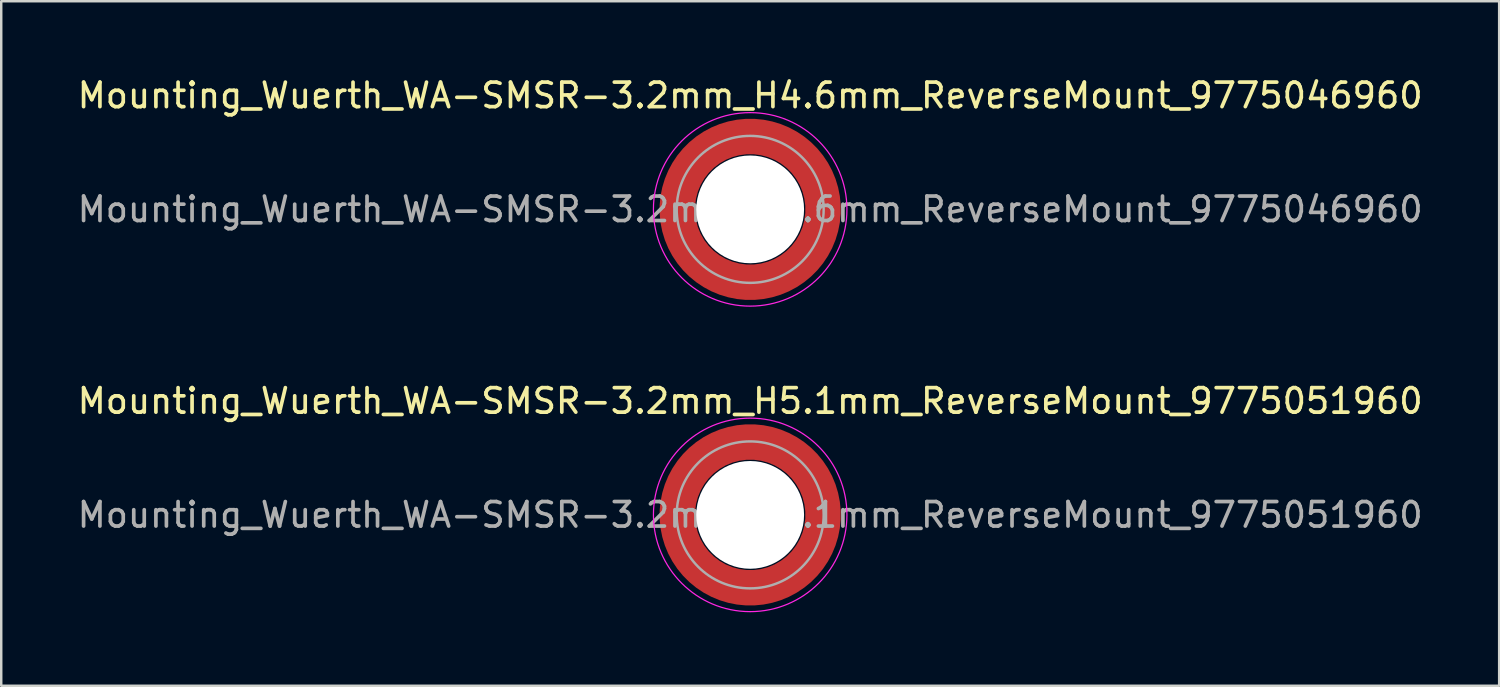
<source format=kicad_pcb>
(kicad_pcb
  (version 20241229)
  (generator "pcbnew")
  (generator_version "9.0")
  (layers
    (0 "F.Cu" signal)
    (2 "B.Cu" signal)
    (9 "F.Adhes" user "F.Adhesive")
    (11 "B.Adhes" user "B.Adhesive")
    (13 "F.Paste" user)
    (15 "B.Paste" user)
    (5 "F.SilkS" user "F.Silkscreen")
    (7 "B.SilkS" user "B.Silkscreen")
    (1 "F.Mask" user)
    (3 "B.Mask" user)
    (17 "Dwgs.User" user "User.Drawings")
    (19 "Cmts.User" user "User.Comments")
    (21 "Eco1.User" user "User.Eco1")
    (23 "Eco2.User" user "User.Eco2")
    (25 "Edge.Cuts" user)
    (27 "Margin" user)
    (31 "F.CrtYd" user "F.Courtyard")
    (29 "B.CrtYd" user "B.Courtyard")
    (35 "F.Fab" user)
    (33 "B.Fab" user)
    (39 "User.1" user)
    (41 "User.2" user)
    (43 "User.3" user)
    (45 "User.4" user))
  (footprint "Mounting_Wuerth_WA-SMSR-3.2mm_H4.6mm_ReverseMount_9775046960"
    (layer "F.Cu")
    (at 27.577 5.498)
    (property "Reference" "Mounting_Wuerth_WA-SMSR-3.2mm_H4.6mm_ReverseMount_9775046960" (at 0 -4.65 0) (layer "F.SilkS") (effects (font (size 1 1) (thickness 0.15))))
    (attr smd)
    (fp_circle (center 0 0) (end 3.95 0) (stroke (width 0.05) (type solid)) (fill no) (layer "F.CrtYd"))
    (fp_circle (center 0 0) (end 3 0) (stroke (width 0.1) (type solid)) (fill no) (layer "F.Fab"))
    (fp_text user "${REFERENCE}" (at 0 0 0) (layer "F.Fab") (effects (font (size 1 1) (thickness 0.15))))
    (pad "" smd custom (at -2.095 -2.095) (size 0.945 0.945) (layers "F.Paste") (options (anchor circle)) (primitives (gr_arc (start -0.24231 1.594804) (mid 0.404104 0.405534) (end 1.592827 -0.241886) (width 0.2)) (gr_arc (start -0.3398 1.594804) (mid 0.335987 0.338711) (end 1.591031 -0.339022) (width 0.2)) (gr_arc (start -0.437132 1.594804) (mid 0.268952 0.270807) (end 1.592231 -0.436623) (width 0.2)) (gr_arc (start -0.534324 1.594804) (mid 0.201345 0.203474) (end 1.591846 -0.53376) (width 0.2)) (gr_arc (start -0.631391 1.594804) (mid 0.134696 0.135183) (end 1.594126 -0.631267) (width 0.2)) (gr_arc (start -0.728345 1.594804) (mid 0.067234 0.067705) (end 1.594149 -0.728229) (width 0.2)) (gr_arc (start -0.825197 1.594804) (mid -0.001218 0.001219) (end 1.591408 -0.824614) (width 0.2)) (gr_arc (start -0.921958 1.594804) (mid -0.068952 -0.065985) (end 1.590665 -0.921269) (width 0.2)) (gr_arc (start -1.018637 1.594804) (mid -0.135972 -0.133906) (end 1.59192 -1.018172) (width 0.2)) (gr_arc (start -1.115239 1.594804) (mid -0.20428 -0.200537) (end 1.589574 -1.11442) (width 0.2)) (gr_arc (start -1.211773 1.594804) (mid -0.26993 -0.269828) (end 1.594662 -1.211752) (width 0.2)) (gr_arc (start -1.308244 1.594804) (mid -0.33911 -0.335587) (end 1.589875 -1.307516) (width 0.2)) (gr_arc (start -1.404657 1.594804) (mid -0.405633 -0.404004) (end 1.592524 -1.404331) (width 0.2)) (gr_arc (start -1.404657 1.594804) (mid -0.405633 -0.404004) (end 1.592524 -1.404331) (width 0.2)) (gr_line (start 1.595 -0.242) (end 1.595 -1.405) (width 0.2)) (gr_line (start -0.242 1.595) (end -1.405 1.595) (width 0.2))))
    (pad "" smd custom (at -2.095 2.095) (size 0.945 0.945) (layers "F.Paste") (options (anchor circle)) (primitives (gr_arc (start 1.594804 0.24231) (mid 0.405534 -0.404104) (end -0.241886 -1.592827) (width 0.2)) (gr_arc (start 1.594804 0.3398) (mid 0.338711 -0.335987) (end -0.339022 -1.591031) (width 0.2)) (gr_arc (start 1.594804 0.437132) (mid 0.270807 -0.268952) (end -0.436623 -1.592231) (width 0.2)) (gr_arc (start 1.594804 0.534324) (mid 0.203474 -0.201345) (end -0.53376 -1.591846) (width 0.2)) (gr_arc (start 1.594804 0.631391) (mid 0.135183 -0.134696) (end -0.631267 -1.594126) (width 0.2)) (gr_arc (start 1.594804 0.728345) (mid 0.067705 -0.067234) (end -0.728229 -1.594149) (width 0.2)) (gr_arc (start 1.594804 0.825197) (mid 0.001219 0.001218) (end -0.824614 -1.591408) (width 0.2)) (gr_arc (start 1.594804 0.921958) (mid -0.065985 0.068952) (end -0.921269 -1.590665) (width 0.2)) (gr_arc (start 1.594804 1.018637) (mid -0.133906 0.135972) (end -1.018172 -1.59192) (width 0.2)) (gr_arc (start 1.594804 1.115239) (mid -0.200537 0.20428) (end -1.11442 -1.589574) (width 0.2)) (gr_arc (start 1.594804 1.211773) (mid -0.269828 0.26993) (end -1.211752 -1.594662) (width 0.2)) (gr_arc (start 1.594804 1.308244) (mid -0.335587 0.33911) (end -1.307516 -1.589875) (width 0.2)) (gr_arc (start 1.594804 1.404657) (mid -0.404004 0.405633) (end -1.404331 -1.592524) (width 0.2)) (gr_arc (start 1.594804 1.404657) (mid -0.404004 0.405633) (end -1.404331 -1.592524) (width 0.2)) (gr_line (start -0.242 -1.595) (end -1.405 -1.595) (width 0.2)) (gr_line (start 1.595 0.242) (end 1.595 1.405) (width 0.2))))
    (pad "" np_thru_hole circle (at 0 0) (size 4.4 4.4) (drill 4.4) (layers "*.Cu" "*.Mask"))
    (pad "" smd custom (at 2.095 -2.095) (size 0.945 0.945) (layers "F.Paste") (options (anchor circle)) (primitives (gr_arc (start -1.594804 -0.24231) (mid -0.405534 0.404104) (end 0.241886 1.592827) (width 0.2)) (gr_arc (start -1.594804 -0.3398) (mid -0.338711 0.335987) (end 0.339022 1.591031) (width 0.2)) (gr_arc (start -1.594804 -0.437132) (mid -0.270807 0.268952) (end 0.436623 1.592231) (width 0.2)) (gr_arc (start -1.594804 -0.534324) (mid -0.203474 0.201345) (end 0.53376 1.591846) (width 0.2)) (gr_arc (start -1.594804 -0.631391) (mid -0.135183 0.134696) (end 0.631267 1.594126) (width 0.2)) (gr_arc (start -1.594804 -0.728345) (mid -0.067705 0.067234) (end 0.728229 1.594149) (width 0.2)) (gr_arc (start -1.594804 -0.825197) (mid -0.001219 -0.001218) (end 0.824614 1.591408) (width 0.2)) (gr_arc (start -1.594804 -0.921958) (mid 0.065985 -0.068952) (end 0.921269 1.590665) (width 0.2)) (gr_arc (start -1.594804 -1.018637) (mid 0.133906 -0.135972) (end 1.018172 1.59192) (width 0.2)) (gr_arc (start -1.594804 -1.115239) (mid 0.200537 -0.20428) (end 1.11442 1.589574) (width 0.2)) (gr_arc (start -1.594804 -1.211773) (mid 0.269828 -0.26993) (end 1.211752 1.594662) (width 0.2)) (gr_arc (start -1.594804 -1.308244) (mid 0.335587 -0.33911) (end 1.307516 1.589875) (width 0.2)) (gr_arc (start -1.594804 -1.404657) (mid 0.404004 -0.405633) (end 1.404331 1.592524) (width 0.2)) (gr_arc (start -1.594804 -1.404657) (mid 0.404004 -0.405633) (end 1.404331 1.592524) (width 0.2)) (gr_line (start 0.242 1.595) (end 1.405 1.595) (width 0.2)) (gr_line (start -1.595 -0.242) (end -1.595 -1.405) (width 0.2))))
    (pad "" smd custom (at 2.095 2.095) (size 0.945 0.945) (layers "F.Paste") (options (anchor circle)) (primitives (gr_arc (start 0.24231 -1.594804) (mid -0.404104 -0.405534) (end -1.592827 0.241886) (width 0.2)) (gr_arc (start 0.3398 -1.594804) (mid -0.335987 -0.338711) (end -1.591031 0.339022) (width 0.2)) (gr_arc (start 0.437132 -1.594804) (mid -0.268952 -0.270807) (end -1.592231 0.436623) (width 0.2)) (gr_arc (start 0.534324 -1.594804) (mid -0.201345 -0.203474) (end -1.591846 0.53376) (width 0.2)) (gr_arc (start 0.631391 -1.594804) (mid -0.134696 -0.135183) (end -1.594126 0.631267) (width 0.2)) (gr_arc (start 0.728345 -1.594804) (mid -0.067234 -0.067705) (end -1.594149 0.728229) (width 0.2)) (gr_arc (start 0.825197 -1.594804) (mid 0.001218 -0.001219) (end -1.591408 0.824614) (width 0.2)) (gr_arc (start 0.921958 -1.594804) (mid 0.068952 0.065985) (end -1.590665 0.921269) (width 0.2)) (gr_arc (start 1.018637 -1.594804) (mid 0.135972 0.133906) (end -1.59192 1.018172) (width 0.2)) (gr_arc (start 1.115239 -1.594804) (mid 0.20428 0.200537) (end -1.589574 1.11442) (width 0.2)) (gr_arc (start 1.211773 -1.594804) (mid 0.26993 0.269828) (end -1.594662 1.211752) (width 0.2)) (gr_arc (start 1.308244 -1.594804) (mid 0.33911 0.335587) (end -1.589875 1.307516) (width 0.2)) (gr_arc (start 1.404657 -1.594804) (mid 0.405633 0.404004) (end -1.592524 1.404331) (width 0.2)) (gr_arc (start 1.404657 -1.594804) (mid 0.405633 0.404004) (end -1.592524 1.404331) (width 0.2)) (gr_line (start -1.595 0.242) (end -1.595 1.405) (width 0.2)) (gr_line (start 0.242 -1.595) (end 1.405 -1.595) (width 0.2))))
    (pad "1" smd circle (at -2.975 0) (size 1.05 1.05) (layers "F.Cu"))
    (pad "1" smd circle (at 0 -2.975) (size 1.05 1.05) (layers "F.Cu"))
    (pad "1" smd circle (at 0 2.975) (size 1.05 1.05) (layers "F.Cu"))
    (pad "1" smd custom (at 2.975 0) (size 1.05 1.05) (layers "F.Cu" "F.Mask") (options (anchor circle)) (primitives (gr_circle (center -2.975 0) (end 0 0) (width 1.45) (fill no)))))
  (footprint "Mounting_Wuerth_WA-SMSR-3.2mm_H5.1mm_ReverseMount_9775051960"
    (layer "F.Cu")
    (at 27.577 17.971)
    (property "Reference" "Mounting_Wuerth_WA-SMSR-3.2mm_H5.1mm_ReverseMount_9775051960" (at 0 -4.65 0) (layer "F.SilkS") (effects (font (size 1 1) (thickness 0.15))))
    (attr smd)
    (fp_circle (center 0 0) (end 3.95 0) (stroke (width 0.05) (type solid)) (fill no) (layer "F.CrtYd"))
    (fp_circle (center 0 0) (end 3 0) (stroke (width 0.1) (type solid)) (fill no) (layer "F.Fab"))
    (fp_text user "${REFERENCE}" (at 0 0 0) (layer "F.Fab") (effects (font (size 1 1) (thickness 0.15))))
    (pad "" smd custom (at -2.095 -2.095) (size 0.945 0.945) (layers "F.Paste") (options (anchor circle)) (primitives (gr_arc (start -0.24231 1.594804) (mid 0.404104 0.405534) (end 1.592827 -0.241886) (width 0.2)) (gr_arc (start -0.3398 1.594804) (mid 0.335987 0.338711) (end 1.591031 -0.339022) (width 0.2)) (gr_arc (start -0.437132 1.594804) (mid 0.268952 0.270807) (end 1.592231 -0.436623) (width 0.2)) (gr_arc (start -0.534324 1.594804) (mid 0.201345 0.203474) (end 1.591846 -0.53376) (width 0.2)) (gr_arc (start -0.631391 1.594804) (mid 0.134696 0.135183) (end 1.594126 -0.631267) (width 0.2)) (gr_arc (start -0.728345 1.594804) (mid 0.067234 0.067705) (end 1.594149 -0.728229) (width 0.2)) (gr_arc (start -0.825197 1.594804) (mid -0.001218 0.001219) (end 1.591408 -0.824614) (width 0.2)) (gr_arc (start -0.921958 1.594804) (mid -0.068952 -0.065985) (end 1.590665 -0.921269) (width 0.2)) (gr_arc (start -1.018637 1.594804) (mid -0.135972 -0.133906) (end 1.59192 -1.018172) (width 0.2)) (gr_arc (start -1.115239 1.594804) (mid -0.20428 -0.200537) (end 1.589574 -1.11442) (width 0.2)) (gr_arc (start -1.211773 1.594804) (mid -0.26993 -0.269828) (end 1.594662 -1.211752) (width 0.2)) (gr_arc (start -1.308244 1.594804) (mid -0.33911 -0.335587) (end 1.589875 -1.307516) (width 0.2)) (gr_arc (start -1.404657 1.594804) (mid -0.405633 -0.404004) (end 1.592524 -1.404331) (width 0.2)) (gr_arc (start -1.404657 1.594804) (mid -0.405633 -0.404004) (end 1.592524 -1.404331) (width 0.2)) (gr_line (start 1.595 -0.242) (end 1.595 -1.405) (width 0.2)) (gr_line (start -0.242 1.595) (end -1.405 1.595) (width 0.2))))
    (pad "" smd custom (at -2.095 2.095) (size 0.945 0.945) (layers "F.Paste") (options (anchor circle)) (primitives (gr_arc (start 1.594804 0.24231) (mid 0.405534 -0.404104) (end -0.241886 -1.592827) (width 0.2)) (gr_arc (start 1.594804 0.3398) (mid 0.338711 -0.335987) (end -0.339022 -1.591031) (width 0.2)) (gr_arc (start 1.594804 0.437132) (mid 0.270807 -0.268952) (end -0.436623 -1.592231) (width 0.2)) (gr_arc (start 1.594804 0.534324) (mid 0.203474 -0.201345) (end -0.53376 -1.591846) (width 0.2)) (gr_arc (start 1.594804 0.631391) (mid 0.135183 -0.134696) (end -0.631267 -1.594126) (width 0.2)) (gr_arc (start 1.594804 0.728345) (mid 0.067705 -0.067234) (end -0.728229 -1.594149) (width 0.2)) (gr_arc (start 1.594804 0.825197) (mid 0.001219 0.001218) (end -0.824614 -1.591408) (width 0.2)) (gr_arc (start 1.594804 0.921958) (mid -0.065985 0.068952) (end -0.921269 -1.590665) (width 0.2)) (gr_arc (start 1.594804 1.018637) (mid -0.133906 0.135972) (end -1.018172 -1.59192) (width 0.2)) (gr_arc (start 1.594804 1.115239) (mid -0.200537 0.20428) (end -1.11442 -1.589574) (width 0.2)) (gr_arc (start 1.594804 1.211773) (mid -0.269828 0.26993) (end -1.211752 -1.594662) (width 0.2)) (gr_arc (start 1.594804 1.308244) (mid -0.335587 0.33911) (end -1.307516 -1.589875) (width 0.2)) (gr_arc (start 1.594804 1.404657) (mid -0.404004 0.405633) (end -1.404331 -1.592524) (width 0.2)) (gr_arc (start 1.594804 1.404657) (mid -0.404004 0.405633) (end -1.404331 -1.592524) (width 0.2)) (gr_line (start -0.242 -1.595) (end -1.405 -1.595) (width 0.2)) (gr_line (start 1.595 0.242) (end 1.595 1.405) (width 0.2))))
    (pad "" np_thru_hole circle (at 0 0) (size 4.4 4.4) (drill 4.4) (layers "*.Cu" "*.Mask"))
    (pad "" smd custom (at 2.095 -2.095) (size 0.945 0.945) (layers "F.Paste") (options (anchor circle)) (primitives (gr_arc (start -1.594804 -0.24231) (mid -0.405534 0.404104) (end 0.241886 1.592827) (width 0.2)) (gr_arc (start -1.594804 -0.3398) (mid -0.338711 0.335987) (end 0.339022 1.591031) (width 0.2)) (gr_arc (start -1.594804 -0.437132) (mid -0.270807 0.268952) (end 0.436623 1.592231) (width 0.2)) (gr_arc (start -1.594804 -0.534324) (mid -0.203474 0.201345) (end 0.53376 1.591846) (width 0.2)) (gr_arc (start -1.594804 -0.631391) (mid -0.135183 0.134696) (end 0.631267 1.594126) (width 0.2)) (gr_arc (start -1.594804 -0.728345) (mid -0.067705 0.067234) (end 0.728229 1.594149) (width 0.2)) (gr_arc (start -1.594804 -0.825197) (mid -0.001219 -0.001218) (end 0.824614 1.591408) (width 0.2)) (gr_arc (start -1.594804 -0.921958) (mid 0.065985 -0.068952) (end 0.921269 1.590665) (width 0.2)) (gr_arc (start -1.594804 -1.018637) (mid 0.133906 -0.135972) (end 1.018172 1.59192) (width 0.2)) (gr_arc (start -1.594804 -1.115239) (mid 0.200537 -0.20428) (end 1.11442 1.589574) (width 0.2)) (gr_arc (start -1.594804 -1.211773) (mid 0.269828 -0.26993) (end 1.211752 1.594662) (width 0.2)) (gr_arc (start -1.594804 -1.308244) (mid 0.335587 -0.33911) (end 1.307516 1.589875) (width 0.2)) (gr_arc (start -1.594804 -1.404657) (mid 0.404004 -0.405633) (end 1.404331 1.592524) (width 0.2)) (gr_arc (start -1.594804 -1.404657) (mid 0.404004 -0.405633) (end 1.404331 1.592524) (width 0.2)) (gr_line (start 0.242 1.595) (end 1.405 1.595) (width 0.2)) (gr_line (start -1.595 -0.242) (end -1.595 -1.405) (width 0.2))))
    (pad "" smd custom (at 2.095 2.095) (size 0.945 0.945) (layers "F.Paste") (options (anchor circle)) (primitives (gr_arc (start 0.24231 -1.594804) (mid -0.404104 -0.405534) (end -1.592827 0.241886) (width 0.2)) (gr_arc (start 0.3398 -1.594804) (mid -0.335987 -0.338711) (end -1.591031 0.339022) (width 0.2)) (gr_arc (start 0.437132 -1.594804) (mid -0.268952 -0.270807) (end -1.592231 0.436623) (width 0.2)) (gr_arc (start 0.534324 -1.594804) (mid -0.201345 -0.203474) (end -1.591846 0.53376) (width 0.2)) (gr_arc (start 0.631391 -1.594804) (mid -0.134696 -0.135183) (end -1.594126 0.631267) (width 0.2)) (gr_arc (start 0.728345 -1.594804) (mid -0.067234 -0.067705) (end -1.594149 0.728229) (width 0.2)) (gr_arc (start 0.825197 -1.594804) (mid 0.001218 -0.001219) (end -1.591408 0.824614) (width 0.2)) (gr_arc (start 0.921958 -1.594804) (mid 0.068952 0.065985) (end -1.590665 0.921269) (width 0.2)) (gr_arc (start 1.018637 -1.594804) (mid 0.135972 0.133906) (end -1.59192 1.018172) (width 0.2)) (gr_arc (start 1.115239 -1.594804) (mid 0.20428 0.200537) (end -1.589574 1.11442) (width 0.2)) (gr_arc (start 1.211773 -1.594804) (mid 0.26993 0.269828) (end -1.594662 1.211752) (width 0.2)) (gr_arc (start 1.308244 -1.594804) (mid 0.33911 0.335587) (end -1.589875 1.307516) (width 0.2)) (gr_arc (start 1.404657 -1.594804) (mid 0.405633 0.404004) (end -1.592524 1.404331) (width 0.2)) (gr_arc (start 1.404657 -1.594804) (mid 0.405633 0.404004) (end -1.592524 1.404331) (width 0.2)) (gr_line (start -1.595 0.242) (end -1.595 1.405) (width 0.2)) (gr_line (start 0.242 -1.595) (end 1.405 -1.595) (width 0.2))))
    (pad "1" smd circle (at -2.975 0) (size 1.05 1.05) (layers "F.Cu"))
    (pad "1" smd circle (at 0 -2.975) (size 1.05 1.05) (layers "F.Cu"))
    (pad "1" smd circle (at 0 2.975) (size 1.05 1.05) (layers "F.Cu"))
    (pad "1" smd custom (at 2.975 0) (size 1.05 1.05) (layers "F.Cu" "F.Mask") (options (anchor circle)) (primitives (gr_circle (center -2.975 0) (end 0 0) (width 1.45) (fill no)))))
  (gr_rect
    (start -3 -3)
    (end 58.155 24.947)
    (stroke (width 0.1) (type default))
    (fill no)
    (layer "Edge.Cuts")))
</source>
